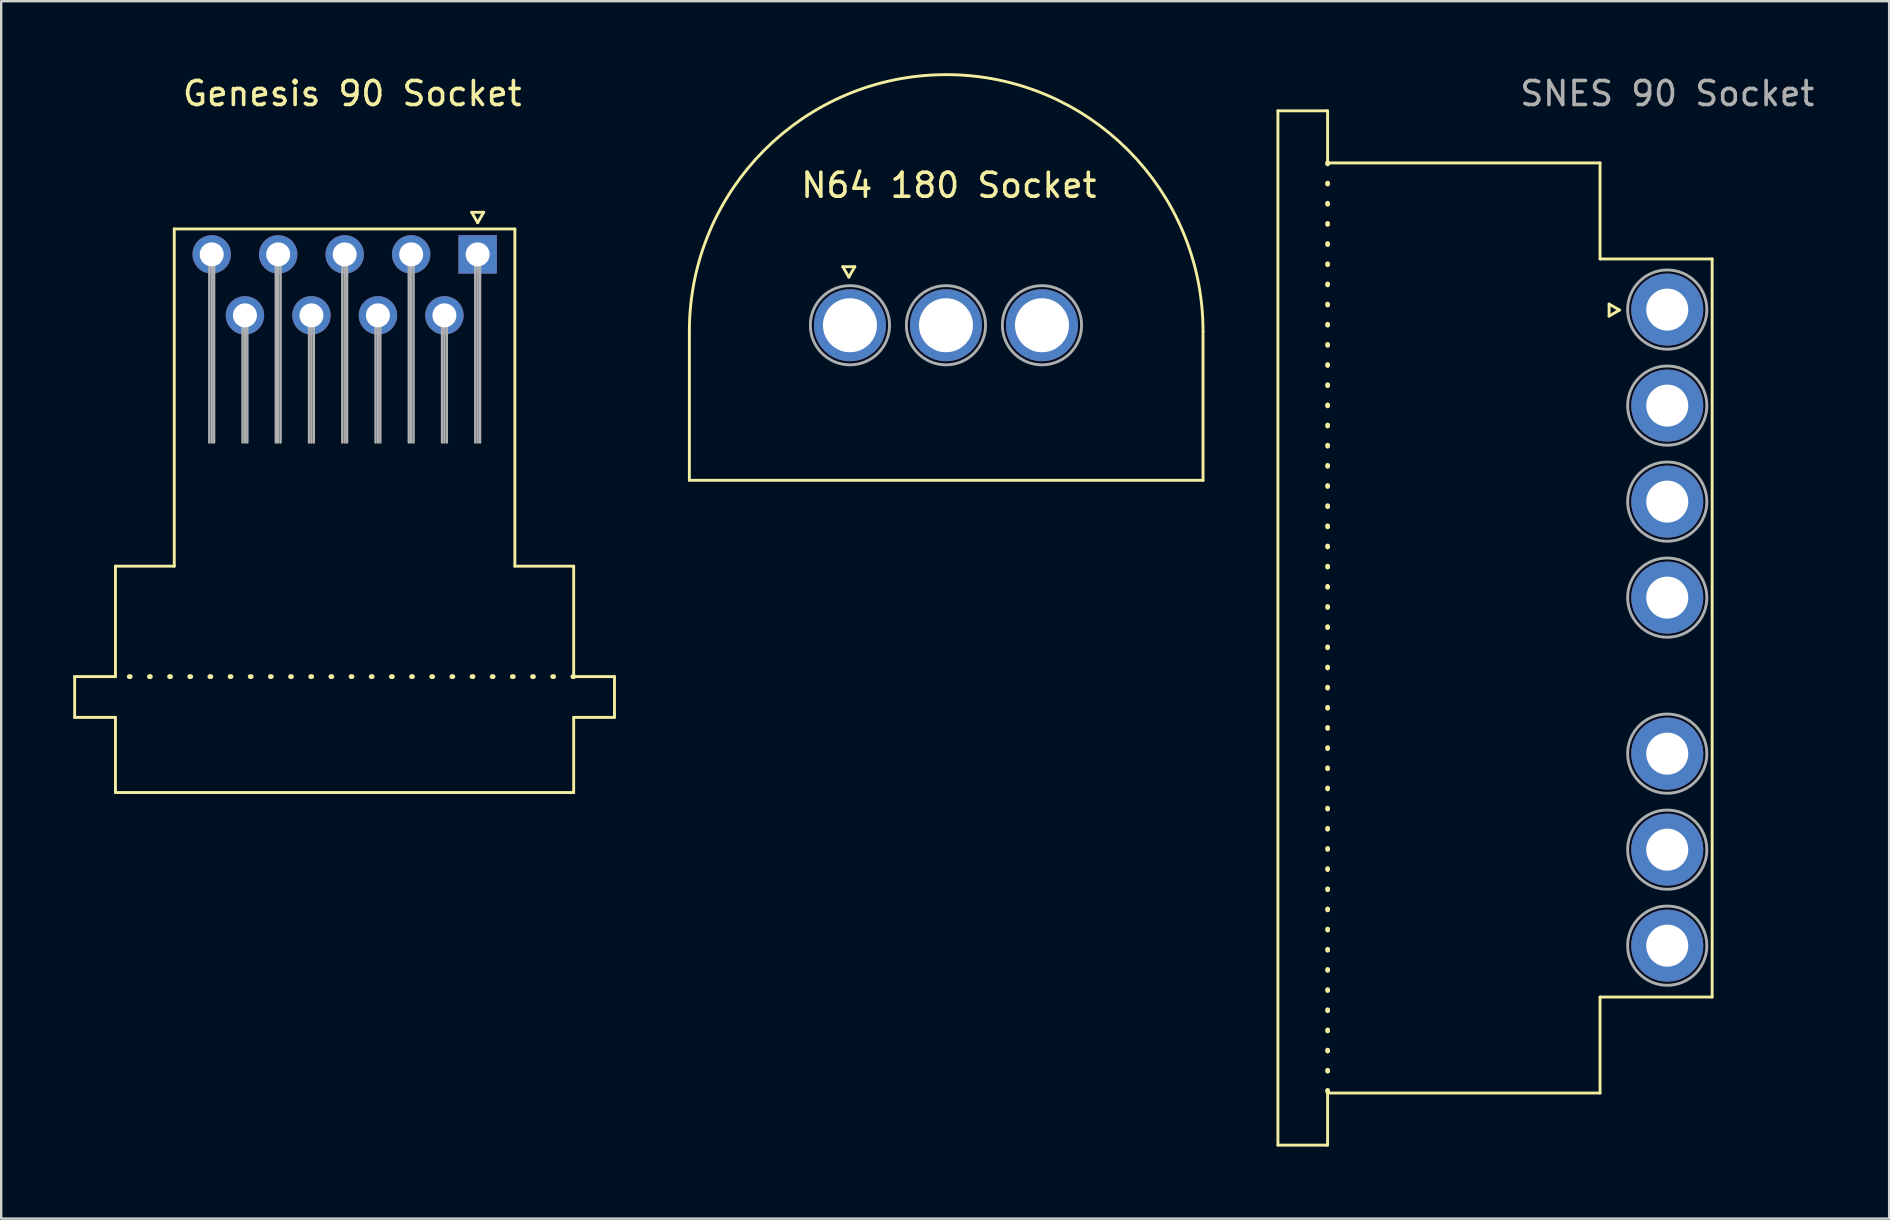
<source format=kicad_pcb>
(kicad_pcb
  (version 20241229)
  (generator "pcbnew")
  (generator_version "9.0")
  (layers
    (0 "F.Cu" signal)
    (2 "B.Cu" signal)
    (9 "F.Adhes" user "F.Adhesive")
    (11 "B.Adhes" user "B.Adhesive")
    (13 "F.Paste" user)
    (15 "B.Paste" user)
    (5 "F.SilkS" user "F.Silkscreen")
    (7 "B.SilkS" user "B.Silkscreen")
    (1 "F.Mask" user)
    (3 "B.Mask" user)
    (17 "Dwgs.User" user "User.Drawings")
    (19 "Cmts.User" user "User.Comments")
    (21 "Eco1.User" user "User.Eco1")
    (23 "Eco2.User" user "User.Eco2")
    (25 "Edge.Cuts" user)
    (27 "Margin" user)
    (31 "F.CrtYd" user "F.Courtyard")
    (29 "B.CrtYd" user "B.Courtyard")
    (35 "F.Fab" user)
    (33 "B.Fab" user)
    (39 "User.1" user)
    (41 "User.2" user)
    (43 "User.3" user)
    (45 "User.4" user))
  (footprint "Genesis 90 Socket"
    (layer "F.Cu")
    (at 11.625 1.348)
    (property "Reference" "Genesis 90 Socket" (at 0 -0.5 0) (unlocked yes) (layer "F.SilkS") (effects (font (size 1 1) (thickness 0.15))))
    (attr through_hole)
    (fp_line (start -11.565 23.79) (end -11.565 25.49) (stroke (width 0.12) (type solid)) (layer "F.SilkS"))
    (fp_line (start -9.865 19.19) (end -7.415 19.19) (stroke (width 0.12) (type solid)) (layer "F.SilkS"))
    (fp_line (start -9.865 23.79) (end -11.565 23.79) (stroke (width 0.12) (type solid)) (layer "F.SilkS"))
    (fp_line (start -9.865 23.79) (end -9.865 19.19) (stroke (width 0.12) (type solid)) (layer "F.SilkS"))
    (fp_line (start -9.865 25.49) (end -11.565 25.49) (stroke (width 0.12) (type solid)) (layer "F.SilkS"))
    (fp_line (start -9.865 25.49) (end -9.865 28.62) (stroke (width 0.12) (type solid)) (layer "F.SilkS"))
    (fp_line (start -9.865 28.62) (end 9.225 28.62) (stroke (width 0.12) (type solid)) (layer "F.SilkS"))
    (fp_line (start -7.415 5.14) (end 6.775 5.14) (stroke (width 0.12) (type solid)) (layer "F.SilkS"))
    (fp_line (start -7.415 19.19) (end -7.415 5.14) (stroke (width 0.12) (type solid)) (layer "F.SilkS"))
    (fp_line (start 4.975 4.446) (end 5.475 4.446) (stroke (width 0.12) (type solid)) (layer "F.SilkS"))
    (fp_line (start 5.225 4.879) (end 4.975 4.446) (stroke (width 0.12) (type solid)) (layer "F.SilkS"))
    (fp_line (start 5.475 4.446) (end 5.225 4.879) (stroke (width 0.12) (type solid)) (layer "F.SilkS"))
    (fp_line (start 6.775 5.14) (end 6.775 19.19) (stroke (width 0.12) (type solid)) (layer "F.SilkS"))
    (fp_line (start 6.775 19.19) (end 9.225 19.19) (stroke (width 0.12) (type solid)) (layer "F.SilkS"))
    (fp_line (start 9.225 19.19) (end 9.225 23.79) (stroke (width 0.12) (type solid)) (layer "F.SilkS"))
    (fp_line (start 9.225 25.49) (end 9.225 28.62) (stroke (width 0.12) (type solid)) (layer "F.SilkS"))
    (fp_line (start 9.23 23.79) (end -9.86 23.79) (stroke (width 0.2) (type dot)) (layer "F.SilkS"))
    (fp_line (start 10.925 23.79) (end 9.225 23.79) (stroke (width 0.12) (type solid)) (layer "F.SilkS"))
    (fp_line (start 10.925 25.49) (end 9.225 25.49) (stroke (width 0.12) (type solid)) (layer "F.SilkS"))
    (fp_line (start 10.925 25.49) (end 10.925 23.79) (stroke (width 0.12) (type solid)) (layer "F.SilkS"))
    (fp_line (start -5.955 6.2) (end -5.955 14.04) (stroke (width 0.1) (type solid)) (layer "F.Fab"))
    (fp_line (start -5.855 6.2) (end -5.855 14.04) (stroke (width 0.1) (type solid)) (layer "F.Fab"))
    (fp_line (start -5.755 6.2) (end -5.755 14.04) (stroke (width 0.1) (type solid)) (layer "F.Fab"))
    (fp_line (start -4.57 8.74) (end -4.57 14.04) (stroke (width 0.1) (type solid)) (layer "F.Fab"))
    (fp_line (start -4.47 8.74) (end -4.47 14.04) (stroke (width 0.1) (type solid)) (layer "F.Fab"))
    (fp_line (start -4.37 8.74) (end -4.37 14.04) (stroke (width 0.1) (type solid)) (layer "F.Fab"))
    (fp_line (start -3.185 6.2) (end -3.185 14.04) (stroke (width 0.1) (type solid)) (layer "F.Fab"))
    (fp_line (start -3.085 6.2) (end -3.085 14.04) (stroke (width 0.1) (type solid)) (layer "F.Fab"))
    (fp_line (start -2.985 6.2) (end -2.985 14.04) (stroke (width 0.1) (type solid)) (layer "F.Fab"))
    (fp_line (start -1.8 8.74) (end -1.8 14.04) (stroke (width 0.1) (type solid)) (layer "F.Fab"))
    (fp_line (start -1.7 8.74) (end -1.7 14.04) (stroke (width 0.1) (type solid)) (layer "F.Fab"))
    (fp_line (start -1.6 8.74) (end -1.6 14.04) (stroke (width 0.1) (type solid)) (layer "F.Fab"))
    (fp_line (start -0.415 6.2) (end -0.415 14.04) (stroke (width 0.1) (type solid)) (layer "F.Fab"))
    (fp_line (start -0.315 6.2) (end -0.315 14.04) (stroke (width 0.1) (type solid)) (layer "F.Fab"))
    (fp_line (start -0.215 6.2) (end -0.215 14.04) (stroke (width 0.1) (type solid)) (layer "F.Fab"))
    (fp_line (start 0.97 8.74) (end 0.97 14.04) (stroke (width 0.1) (type solid)) (layer "F.Fab"))
    (fp_line (start 1.07 8.74) (end 1.07 14.04) (stroke (width 0.1) (type solid)) (layer "F.Fab"))
    (fp_line (start 1.17 8.74) (end 1.17 14.04) (stroke (width 0.1) (type solid)) (layer "F.Fab"))
    (fp_line (start 2.355 6.2) (end 2.355 14.04) (stroke (width 0.1) (type solid)) (layer "F.Fab"))
    (fp_line (start 2.455 6.2) (end 2.455 14.04) (stroke (width 0.1) (type solid)) (layer "F.Fab"))
    (fp_line (start 2.555 6.2) (end 2.555 14.04) (stroke (width 0.1) (type solid)) (layer "F.Fab"))
    (fp_line (start 3.74 8.74) (end 3.74 14.04) (stroke (width 0.1) (type solid)) (layer "F.Fab"))
    (fp_line (start 3.84 8.74) (end 3.84 14.04) (stroke (width 0.1) (type solid)) (layer "F.Fab"))
    (fp_line (start 3.94 8.74) (end 3.94 14.04) (stroke (width 0.1) (type solid)) (layer "F.Fab"))
    (fp_line (start 5.125 6.2) (end 5.125 14.04) (stroke (width 0.1) (type solid)) (layer "F.Fab"))
    (fp_line (start 5.225 6.2) (end 5.225 14.04) (stroke (width 0.1) (type solid)) (layer "F.Fab"))
    (fp_line (start 5.325 6.2) (end 5.325 14.04) (stroke (width 0.1) (type solid)) (layer "F.Fab"))
    (pad "1" thru_hole rect (at 5.225 6.2) (size 1.6 1.6) (drill 1) (layers "*.Cu" "*.Mask"))
    (pad "2" thru_hole circle (at 2.455 6.2) (size 1.6 1.6) (drill 1) (layers "*.Cu" "*.Mask"))
    (pad "3" thru_hole circle (at -0.315 6.2) (size 1.6 1.6) (drill 1) (layers "*.Cu" "*.Mask"))
    (pad "4" thru_hole circle (at -3.085 6.2) (size 1.6 1.6) (drill 1) (layers "*.Cu" "*.Mask"))
    (pad "5" thru_hole circle (at -5.855 6.2) (size 1.6 1.6) (drill 1) (layers "*.Cu" "*.Mask"))
    (pad "6" thru_hole circle (at 3.84 8.74) (size 1.6 1.6) (drill 1) (layers "*.Cu" "*.Mask"))
    (pad "7" thru_hole circle (at 1.07 8.74) (size 1.6 1.6) (drill 1) (layers "*.Cu" "*.Mask"))
    (pad "8" thru_hole circle (at -1.7 8.74) (size 1.6 1.6) (drill 1) (layers "*.Cu" "*.Mask"))
    (pad "9" thru_hole circle (at -4.47 8.74) (size 1.6 1.6) (drill 1) (layers "*.Cu" "*.Mask")))
  (footprint "N64 180 Socket"
    (layer "F.Cu")
    (at 36.25 10.45)
    (property "Reference" "N64 180 Socket" (at 0.23 -5.78 0) (unlocked yes) (layer "F.SilkS") (effects (font (size 1 1) (thickness 0.15))))
    (attr through_hole)
    (fp_line (start -10.58 0.31) (end -10.58 6.51) (stroke (width 0.12) (type solid)) (layer "F.SilkS"))
    (fp_line (start -10.58 6.51) (end 10.82 6.51) (stroke (width 0.12) (type solid)) (layer "F.SilkS"))
    (fp_line (start -4.187 -2.389) (end -3.687 -2.389) (stroke (width 0.12) (type solid)) (layer "F.SilkS"))
    (fp_line (start -3.937 -1.956) (end -4.187 -2.389) (stroke (width 0.12) (type solid)) (layer "F.SilkS"))
    (fp_line (start -3.687 -2.389) (end -3.937 -1.956) (stroke (width 0.12) (type solid)) (layer "F.SilkS"))
    (fp_line (start 10.82 0.31) (end 10.82 6.51) (stroke (width 0.12) (type solid)) (layer "F.SilkS"))
    (fp_arc (start -10.58 0.31) (mid 0.12 -10.39) (end 10.82 0.31) (stroke (width 0.12) (type solid)) (layer "F.SilkS"))
    (fp_circle (center -3.89 0.05) (end -2.24 0.05) (stroke (width 0.12) (type solid)) (fill no) (layer "F.Fab"))
    (fp_circle (center 0.11 0.05) (end 1.76 0.05) (stroke (width 0.12) (type solid)) (fill no) (layer "F.Fab"))
    (fp_circle (center 4.11 0.05) (end 5.76 0.05) (stroke (width 0.12) (type solid)) (fill no) (layer "F.Fab"))
    (pad "1" thru_hole circle (at -3.89 0.05) (size 3 3) (drill 2.25) (layers "*.Cu" "*.Mask"))
    (pad "2" thru_hole circle (at 0.11 0.05) (size 3 3) (drill 2.25) (layers "*.Cu" "*.Mask"))
    (pad "3" thru_hole circle (at 4.11 0.05) (size 3 3) (drill 2.25) (layers "*.Cu" "*.Mask")))
  (footprint "SNES 90 Socket"
    (layer "F.Cu")
    (at 54.41 21.848)
    (property "Reference" "SNES 90 Socket" (at 12 -21 180) (layer "F.Fab") (effects (font (size 1 1) (thickness 0.15))))
    (attr through_hole)
    (fp_line (start -4.22 -20.28) (end -2.15 -20.28) (stroke (width 0.12) (type solid)) (layer "F.SilkS"))
    (fp_line (start -4.22 22.81) (end -4.22 -20.28) (stroke (width 0.12) (type solid)) (layer "F.SilkS"))
    (fp_line (start -2.15 -18.11) (end -2.15 -20.28) (stroke (width 0.12) (type solid)) (layer "F.SilkS"))
    (fp_line (start -2.15 -18.11) (end -2.15 20.64) (stroke (width 0.2) (type dot)) (layer "F.SilkS"))
    (fp_line (start -2.15 22.81) (end -4.22 22.81) (stroke (width 0.12) (type solid)) (layer "F.SilkS"))
    (fp_line (start -2.15 22.81) (end -2.15 20.64) (stroke (width 0.12) (type solid)) (layer "F.SilkS"))
    (fp_line (start 9.2 -18.11) (end -2.15 -18.11) (stroke (width 0.12) (type solid)) (layer "F.SilkS"))
    (fp_line (start 9.2 -14.11) (end 9.2 -18.11) (stroke (width 0.12) (type solid)) (layer "F.SilkS"))
    (fp_line (start 9.2 20.64) (end -2.15 20.64) (stroke (width 0.12) (type solid)) (layer "F.SilkS"))
    (fp_line (start 9.2 20.64) (end 9.2 16.64) (stroke (width 0.12) (type solid)) (layer "F.SilkS"))
    (fp_line (start 9.577 -12.23) (end 10.01 -11.98) (stroke (width 0.12) (type solid)) (layer "F.SilkS"))
    (fp_line (start 9.577 -11.73) (end 9.577 -12.23) (stroke (width 0.12) (type solid)) (layer "F.SilkS"))
    (fp_line (start 10.01 -11.98) (end 9.577 -11.73) (stroke (width 0.12) (type solid)) (layer "F.SilkS"))
    (fp_line (start 13.87 -14.11) (end 9.2 -14.11) (stroke (width 0.12) (type default)) (layer "F.SilkS"))
    (fp_line (start 13.87 -14.11) (end 13.87 16.64) (stroke (width 0.12) (type solid)) (layer "F.SilkS"))
    (fp_line (start 13.87 16.64) (end 9.2 16.64) (stroke (width 0.12) (type default)) (layer "F.SilkS"))
    (fp_circle (center 12 -12) (end 12 -10.35) (stroke (width 0.12) (type solid)) (fill no) (layer "F.Fab"))
    (fp_circle (center 12 -8) (end 12 -6.35) (stroke (width 0.12) (type solid)) (fill no) (layer "F.Fab"))
    (fp_circle (center 12 -4) (end 12 -2.35) (stroke (width 0.12) (type solid)) (fill no) (layer "F.Fab"))
    (fp_circle (center 12 0) (end 12 1.65) (stroke (width 0.12) (type solid)) (fill no) (layer "F.Fab"))
    (fp_circle (center 12 6.5) (end 12 8.15) (stroke (width 0.12) (type solid)) (fill no) (layer "F.Fab"))
    (fp_circle (center 12 10.5) (end 12 12.15) (stroke (width 0.12) (type solid)) (fill no) (layer "F.Fab"))
    (fp_circle (center 12 14.5) (end 12 16.15) (stroke (width 0.12) (type solid)) (fill no) (layer "F.Fab"))
    (pad "1" thru_hole circle (at 12 -12 270) (size 3 3) (drill 1.75) (layers "*.Cu" "*.Mask"))
    (pad "2" thru_hole circle (at 12 -8 270) (size 3 3) (drill 1.75) (layers "*.Cu" "*.Mask"))
    (pad "3" thru_hole circle (at 12 -4 270) (size 3 3) (drill 1.75) (layers "*.Cu" "*.Mask"))
    (pad "4" thru_hole circle (at 12 0 270) (size 3 3) (drill 1.75) (layers "*.Cu" "*.Mask"))
    (pad "5" thru_hole circle (at 12 6.5 270) (size 3 3) (drill 1.75) (layers "*.Cu" "*.Mask"))
    (pad "6" thru_hole circle (at 12 10.5 270) (size 3 3) (drill 1.75) (layers "*.Cu" "*.Mask"))
    (pad "7" thru_hole circle (at 12 14.5 270) (size 3 3) (drill 1.75) (layers "*.Cu" "*.Mask")))
  (gr_rect
    (start -3 -3)
    (end 75.654 47.718)
    (stroke (width 0.1) (type default))
    (fill no)
    (layer "Edge.Cuts")))
</source>
